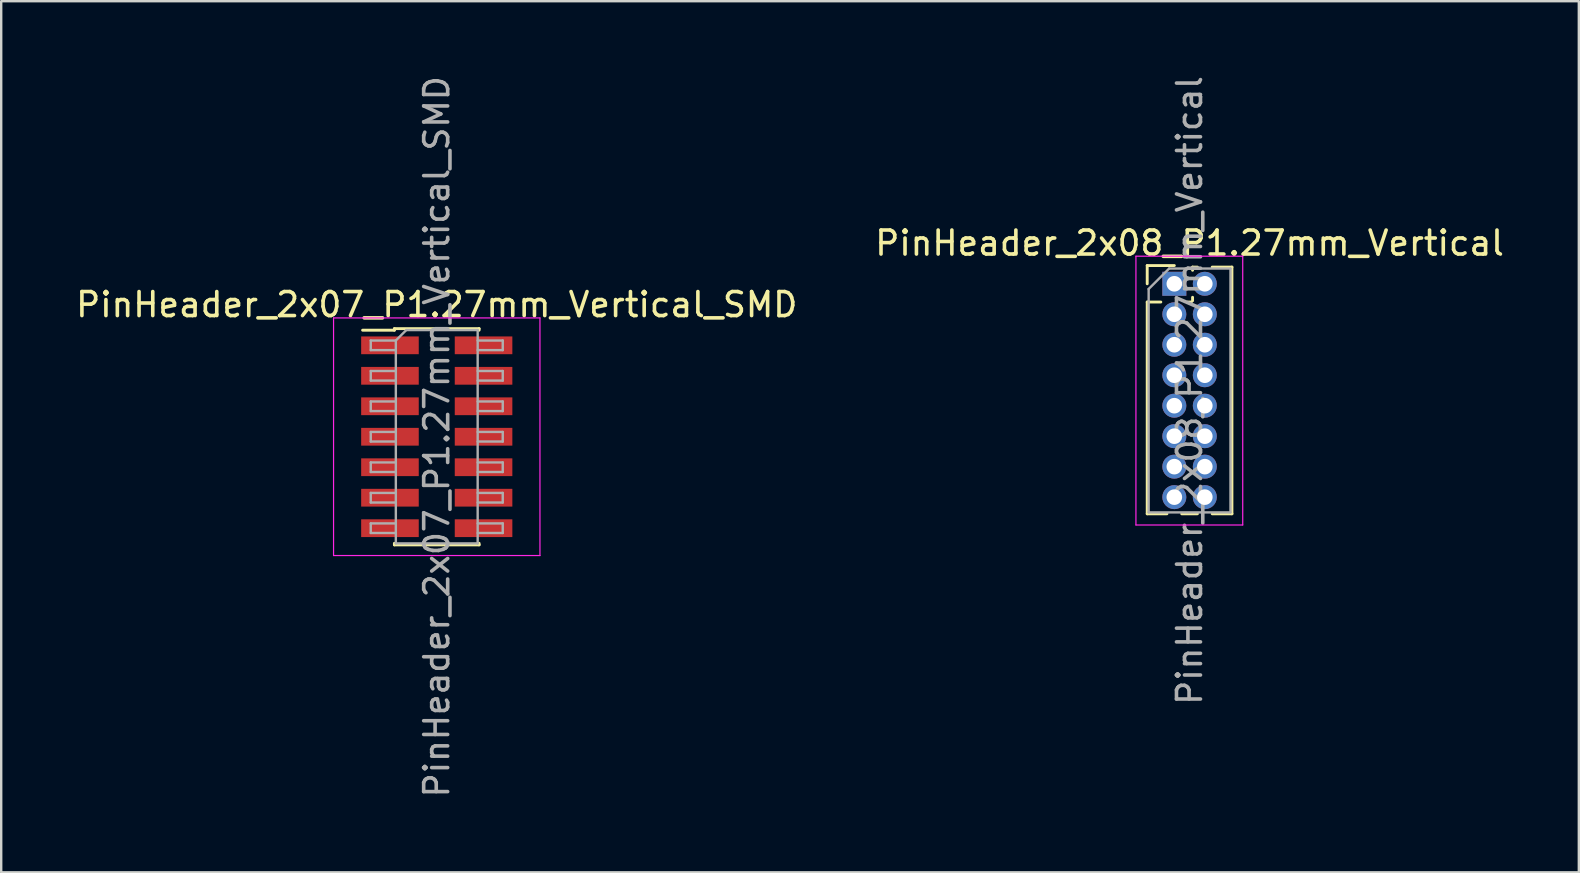
<source format=kicad_pcb>
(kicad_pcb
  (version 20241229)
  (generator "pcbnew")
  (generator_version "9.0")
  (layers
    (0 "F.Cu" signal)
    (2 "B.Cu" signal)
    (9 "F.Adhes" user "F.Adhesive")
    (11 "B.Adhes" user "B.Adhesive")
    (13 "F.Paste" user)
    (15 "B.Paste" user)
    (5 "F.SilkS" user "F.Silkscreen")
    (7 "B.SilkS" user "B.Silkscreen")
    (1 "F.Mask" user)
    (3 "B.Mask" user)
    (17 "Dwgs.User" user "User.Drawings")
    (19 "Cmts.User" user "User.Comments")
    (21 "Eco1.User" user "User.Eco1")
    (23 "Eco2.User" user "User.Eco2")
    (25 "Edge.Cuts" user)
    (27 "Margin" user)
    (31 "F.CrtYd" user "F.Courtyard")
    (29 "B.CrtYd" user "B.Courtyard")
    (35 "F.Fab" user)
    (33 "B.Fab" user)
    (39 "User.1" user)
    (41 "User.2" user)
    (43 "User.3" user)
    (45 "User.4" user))
  (footprint "PinHeader_2x08_P1.27mm_Vertical"
    (layer "F.Cu")
    (at 45.883 8.775)
    (property "Reference" "PinHeader_2x08_P1.27mm_Vertical" (at 0.635 -1.695 0) (layer "F.SilkS") (effects (font (size 1 1) (thickness 0.15))))
    (attr through_hole)
    (fp_line (start -1.13 -0.76) (end 0 -0.76) (stroke (width 0.12) (type solid)) (layer "F.SilkS"))
    (fp_line (start -1.13 0) (end -1.13 -0.76) (stroke (width 0.12) (type solid)) (layer "F.SilkS"))
    (fp_line (start -1.13 0.76) (end -1.13 9.585) (stroke (width 0.12) (type solid)) (layer "F.SilkS"))
    (fp_line (start -1.13 0.76) (end -0.563 0.76) (stroke (width 0.12) (type solid)) (layer "F.SilkS"))
    (fp_line (start -1.13 9.585) (end -0.308 9.585) (stroke (width 0.12) (type solid)) (layer "F.SilkS"))
    (fp_line (start 0.308 9.585) (end 0.962 9.585) (stroke (width 0.12) (type solid)) (layer "F.SilkS"))
    (fp_line (start 0.563 0.76) (end 0.707 0.76) (stroke (width 0.12) (type solid)) (layer "F.SilkS"))
    (fp_line (start 0.76 -0.695) (end 0.962 -0.695) (stroke (width 0.12) (type solid)) (layer "F.SilkS"))
    (fp_line (start 0.76 -0.563) (end 0.76 -0.695) (stroke (width 0.12) (type solid)) (layer "F.SilkS"))
    (fp_line (start 0.76 0.707) (end 0.76 0.563) (stroke (width 0.12) (type solid)) (layer "F.SilkS"))
    (fp_line (start 1.578 -0.695) (end 2.4 -0.695) (stroke (width 0.12) (type solid)) (layer "F.SilkS"))
    (fp_line (start 1.578 9.585) (end 2.4 9.585) (stroke (width 0.12) (type solid)) (layer "F.SilkS"))
    (fp_line (start 2.4 -0.695) (end 2.4 9.585) (stroke (width 0.12) (type solid)) (layer "F.SilkS"))
    (fp_line (start -1.6 -1.15) (end -1.6 10.05) (stroke (width 0.05) (type solid)) (layer "F.CrtYd"))
    (fp_line (start -1.6 10.05) (end 2.85 10.05) (stroke (width 0.05) (type solid)) (layer "F.CrtYd"))
    (fp_line (start 2.85 -1.15) (end -1.6 -1.15) (stroke (width 0.05) (type solid)) (layer "F.CrtYd"))
    (fp_line (start 2.85 10.05) (end 2.85 -1.15) (stroke (width 0.05) (type solid)) (layer "F.CrtYd"))
    (fp_line (start -1.07 0.217) (end -0.217 -0.635) (stroke (width 0.1) (type solid)) (layer "F.Fab"))
    (fp_line (start -1.07 9.525) (end -1.07 0.217) (stroke (width 0.1) (type solid)) (layer "F.Fab"))
    (fp_line (start -0.217 -0.635) (end 2.34 -0.635) (stroke (width 0.1) (type solid)) (layer "F.Fab"))
    (fp_line (start 2.34 -0.635) (end 2.34 9.525) (stroke (width 0.1) (type solid)) (layer "F.Fab"))
    (fp_line (start 2.34 9.525) (end -1.07 9.525) (stroke (width 0.1) (type solid)) (layer "F.Fab"))
    (fp_text user "${REFERENCE}" (at 0.635 4.445 90) (layer "F.Fab") (effects (font (size 1 1) (thickness 0.15))))
    (pad "1" thru_hole rect (at 0 0) (size 1 1) (drill 0.65) (layers "*.Cu" "*.Mask"))
    (pad "2" thru_hole oval (at 1.27 0) (size 1 1) (drill 0.65) (layers "*.Cu" "*.Mask"))
    (pad "3" thru_hole oval (at 0 1.27) (size 1 1) (drill 0.65) (layers "*.Cu" "*.Mask"))
    (pad "4" thru_hole oval (at 1.27 1.27) (size 1 1) (drill 0.65) (layers "*.Cu" "*.Mask"))
    (pad "5" thru_hole oval (at 0 2.54) (size 1 1) (drill 0.65) (layers "*.Cu" "*.Mask"))
    (pad "6" thru_hole oval (at 1.27 2.54) (size 1 1) (drill 0.65) (layers "*.Cu" "*.Mask"))
    (pad "7" thru_hole oval (at 0 3.81) (size 1 1) (drill 0.65) (layers "*.Cu" "*.Mask"))
    (pad "8" thru_hole oval (at 1.27 3.81) (size 1 1) (drill 0.65) (layers "*.Cu" "*.Mask"))
    (pad "9" thru_hole oval (at 0 5.08) (size 1 1) (drill 0.65) (layers "*.Cu" "*.Mask"))
    (pad "10" thru_hole oval (at 1.27 5.08) (size 1 1) (drill 0.65) (layers "*.Cu" "*.Mask"))
    (pad "11" thru_hole oval (at 0 6.35) (size 1 1) (drill 0.65) (layers "*.Cu" "*.Mask"))
    (pad "12" thru_hole oval (at 1.27 6.35) (size 1 1) (drill 0.65) (layers "*.Cu" "*.Mask"))
    (pad "13" thru_hole oval (at 0 7.62) (size 1 1) (drill 0.65) (layers "*.Cu" "*.Mask"))
    (pad "14" thru_hole oval (at 1.27 7.62) (size 1 1) (drill 0.65) (layers "*.Cu" "*.Mask"))
    (pad "15" thru_hole oval (at 0 8.89) (size 1 1) (drill 0.65) (layers "*.Cu" "*.Mask"))
    (pad "16" thru_hole oval (at 1.27 8.89) (size 1 1) (drill 0.65) (layers "*.Cu" "*.Mask")))
  (footprint "PinHeader_2x07_P1.27mm_Vertical_SMD"
    (layer "F.Cu")
    (at 15.149 15.149)
    (property "Reference" "PinHeader_2x07_P1.27mm_Vertical_SMD" (at 0 -5.505 0) (layer "F.SilkS") (effects (font (size 1 1) (thickness 0.15))))
    (attr smd)
    (fp_line (start -3.09 -4.44) (end -1.765 -4.44) (stroke (width 0.12) (type solid)) (layer "F.SilkS"))
    (fp_line (start -1.765 -4.505) (end -1.765 -4.44) (stroke (width 0.12) (type solid)) (layer "F.SilkS"))
    (fp_line (start -1.765 -4.505) (end 1.765 -4.505) (stroke (width 0.12) (type solid)) (layer "F.SilkS"))
    (fp_line (start -1.765 4.44) (end -1.765 4.505) (stroke (width 0.12) (type solid)) (layer "F.SilkS"))
    (fp_line (start -1.765 4.505) (end 1.765 4.505) (stroke (width 0.12) (type solid)) (layer "F.SilkS"))
    (fp_line (start 1.765 -4.505) (end 1.765 -4.44) (stroke (width 0.12) (type solid)) (layer "F.SilkS"))
    (fp_line (start 1.765 4.44) (end 1.765 4.505) (stroke (width 0.12) (type solid)) (layer "F.SilkS"))
    (fp_line (start -4.3 -4.95) (end -4.3 4.95) (stroke (width 0.05) (type solid)) (layer "F.CrtYd"))
    (fp_line (start -4.3 4.95) (end 4.3 4.95) (stroke (width 0.05) (type solid)) (layer "F.CrtYd"))
    (fp_line (start 4.3 -4.95) (end -4.3 -4.95) (stroke (width 0.05) (type solid)) (layer "F.CrtYd"))
    (fp_line (start 4.3 4.95) (end 4.3 -4.95) (stroke (width 0.05) (type solid)) (layer "F.CrtYd"))
    (fp_line (start -2.75 -4.01) (end -2.75 -3.61) (stroke (width 0.1) (type solid)) (layer "F.Fab"))
    (fp_line (start -2.75 -3.61) (end -1.705 -3.61) (stroke (width 0.1) (type solid)) (layer "F.Fab"))
    (fp_line (start -2.75 -2.74) (end -2.75 -2.34) (stroke (width 0.1) (type solid)) (layer "F.Fab"))
    (fp_line (start -2.75 -2.34) (end -1.705 -2.34) (stroke (width 0.1) (type solid)) (layer "F.Fab"))
    (fp_line (start -2.75 -1.47) (end -2.75 -1.07) (stroke (width 0.1) (type solid)) (layer "F.Fab"))
    (fp_line (start -2.75 -1.07) (end -1.705 -1.07) (stroke (width 0.1) (type solid)) (layer "F.Fab"))
    (fp_line (start -2.75 -0.2) (end -2.75 0.2) (stroke (width 0.1) (type solid)) (layer "F.Fab"))
    (fp_line (start -2.75 0.2) (end -1.705 0.2) (stroke (width 0.1) (type solid)) (layer "F.Fab"))
    (fp_line (start -2.75 1.07) (end -2.75 1.47) (stroke (width 0.1) (type solid)) (layer "F.Fab"))
    (fp_line (start -2.75 1.47) (end -1.705 1.47) (stroke (width 0.1) (type solid)) (layer "F.Fab"))
    (fp_line (start -2.75 2.34) (end -2.75 2.74) (stroke (width 0.1) (type solid)) (layer "F.Fab"))
    (fp_line (start -2.75 2.74) (end -1.705 2.74) (stroke (width 0.1) (type solid)) (layer "F.Fab"))
    (fp_line (start -2.75 3.61) (end -2.75 4.01) (stroke (width 0.1) (type solid)) (layer "F.Fab"))
    (fp_line (start -2.75 4.01) (end -1.705 4.01) (stroke (width 0.1) (type solid)) (layer "F.Fab"))
    (fp_line (start -1.705 -4.01) (end -2.75 -4.01) (stroke (width 0.1) (type solid)) (layer "F.Fab"))
    (fp_line (start -1.705 -4.01) (end -1.27 -4.445) (stroke (width 0.1) (type solid)) (layer "F.Fab"))
    (fp_line (start -1.705 -2.74) (end -2.75 -2.74) (stroke (width 0.1) (type solid)) (layer "F.Fab"))
    (fp_line (start -1.705 -1.47) (end -2.75 -1.47) (stroke (width 0.1) (type solid)) (layer "F.Fab"))
    (fp_line (start -1.705 -0.2) (end -2.75 -0.2) (stroke (width 0.1) (type solid)) (layer "F.Fab"))
    (fp_line (start -1.705 1.07) (end -2.75 1.07) (stroke (width 0.1) (type solid)) (layer "F.Fab"))
    (fp_line (start -1.705 2.34) (end -2.75 2.34) (stroke (width 0.1) (type solid)) (layer "F.Fab"))
    (fp_line (start -1.705 3.61) (end -2.75 3.61) (stroke (width 0.1) (type solid)) (layer "F.Fab"))
    (fp_line (start -1.705 4.445) (end -1.705 -4.01) (stroke (width 0.1) (type solid)) (layer "F.Fab"))
    (fp_line (start -1.27 -4.445) (end 1.705 -4.445) (stroke (width 0.1) (type solid)) (layer "F.Fab"))
    (fp_line (start 1.705 -4.445) (end 1.705 4.445) (stroke (width 0.1) (type solid)) (layer "F.Fab"))
    (fp_line (start 1.705 -4.01) (end 2.75 -4.01) (stroke (width 0.1) (type solid)) (layer "F.Fab"))
    (fp_line (start 1.705 -2.74) (end 2.75 -2.74) (stroke (width 0.1) (type solid)) (layer "F.Fab"))
    (fp_line (start 1.705 -1.47) (end 2.75 -1.47) (stroke (width 0.1) (type solid)) (layer "F.Fab"))
    (fp_line (start 1.705 -0.2) (end 2.75 -0.2) (stroke (width 0.1) (type solid)) (layer "F.Fab"))
    (fp_line (start 1.705 1.07) (end 2.75 1.07) (stroke (width 0.1) (type solid)) (layer "F.Fab"))
    (fp_line (start 1.705 2.34) (end 2.75 2.34) (stroke (width 0.1) (type solid)) (layer "F.Fab"))
    (fp_line (start 1.705 3.61) (end 2.75 3.61) (stroke (width 0.1) (type solid)) (layer "F.Fab"))
    (fp_line (start 1.705 4.445) (end -1.705 4.445) (stroke (width 0.1) (type solid)) (layer "F.Fab"))
    (fp_line (start 2.75 -4.01) (end 2.75 -3.61) (stroke (width 0.1) (type solid)) (layer "F.Fab"))
    (fp_line (start 2.75 -3.61) (end 1.705 -3.61) (stroke (width 0.1) (type solid)) (layer "F.Fab"))
    (fp_line (start 2.75 -2.74) (end 2.75 -2.34) (stroke (width 0.1) (type solid)) (layer "F.Fab"))
    (fp_line (start 2.75 -2.34) (end 1.705 -2.34) (stroke (width 0.1) (type solid)) (layer "F.Fab"))
    (fp_line (start 2.75 -1.47) (end 2.75 -1.07) (stroke (width 0.1) (type solid)) (layer "F.Fab"))
    (fp_line (start 2.75 -1.07) (end 1.705 -1.07) (stroke (width 0.1) (type solid)) (layer "F.Fab"))
    (fp_line (start 2.75 -0.2) (end 2.75 0.2) (stroke (width 0.1) (type solid)) (layer "F.Fab"))
    (fp_line (start 2.75 0.2) (end 1.705 0.2) (stroke (width 0.1) (type solid)) (layer "F.Fab"))
    (fp_line (start 2.75 1.07) (end 2.75 1.47) (stroke (width 0.1) (type solid)) (layer "F.Fab"))
    (fp_line (start 2.75 1.47) (end 1.705 1.47) (stroke (width 0.1) (type solid)) (layer "F.Fab"))
    (fp_line (start 2.75 2.34) (end 2.75 2.74) (stroke (width 0.1) (type solid)) (layer "F.Fab"))
    (fp_line (start 2.75 2.74) (end 1.705 2.74) (stroke (width 0.1) (type solid)) (layer "F.Fab"))
    (fp_line (start 2.75 3.61) (end 2.75 4.01) (stroke (width 0.1) (type solid)) (layer "F.Fab"))
    (fp_line (start 2.75 4.01) (end 1.705 4.01) (stroke (width 0.1) (type solid)) (layer "F.Fab"))
    (fp_text user "${REFERENCE}" (at 0 0 90) (layer "F.Fab") (effects (font (size 1 1) (thickness 0.15))))
    (pad "1" smd rect (at -1.95 -3.81) (size 2.4 0.74) (layers "F.Cu" "F.Mask" "F.Paste"))
    (pad "2" smd rect (at 1.95 -3.81) (size 2.4 0.74) (layers "F.Cu" "F.Mask" "F.Paste"))
    (pad "3" smd rect (at -1.95 -2.54) (size 2.4 0.74) (layers "F.Cu" "F.Mask" "F.Paste"))
    (pad "4" smd rect (at 1.95 -2.54) (size 2.4 0.74) (layers "F.Cu" "F.Mask" "F.Paste"))
    (pad "5" smd rect (at -1.95 -1.27) (size 2.4 0.74) (layers "F.Cu" "F.Mask" "F.Paste"))
    (pad "6" smd rect (at 1.95 -1.27) (size 2.4 0.74) (layers "F.Cu" "F.Mask" "F.Paste"))
    (pad "7" smd rect (at -1.95 0) (size 2.4 0.74) (layers "F.Cu" "F.Mask" "F.Paste"))
    (pad "8" smd rect (at 1.95 0) (size 2.4 0.74) (layers "F.Cu" "F.Mask" "F.Paste"))
    (pad "9" smd rect (at -1.95 1.27) (size 2.4 0.74) (layers "F.Cu" "F.Mask" "F.Paste"))
    (pad "10" smd rect (at 1.95 1.27) (size 2.4 0.74) (layers "F.Cu" "F.Mask" "F.Paste"))
    (pad "11" smd rect (at -1.95 2.54) (size 2.4 0.74) (layers "F.Cu" "F.Mask" "F.Paste"))
    (pad "12" smd rect (at 1.95 2.54) (size 2.4 0.74) (layers "F.Cu" "F.Mask" "F.Paste"))
    (pad "13" smd rect (at -1.95 3.81) (size 2.4 0.74) (layers "F.Cu" "F.Mask" "F.Paste"))
    (pad "14" smd rect (at 1.95 3.81) (size 2.4 0.74) (layers "F.Cu" "F.Mask" "F.Paste")))
  (gr_rect
    (start -3 -3)
    (end 62.738 33.298)
    (stroke (width 0.1) (type default))
    (fill no)
    (layer "Edge.Cuts")))
</source>
